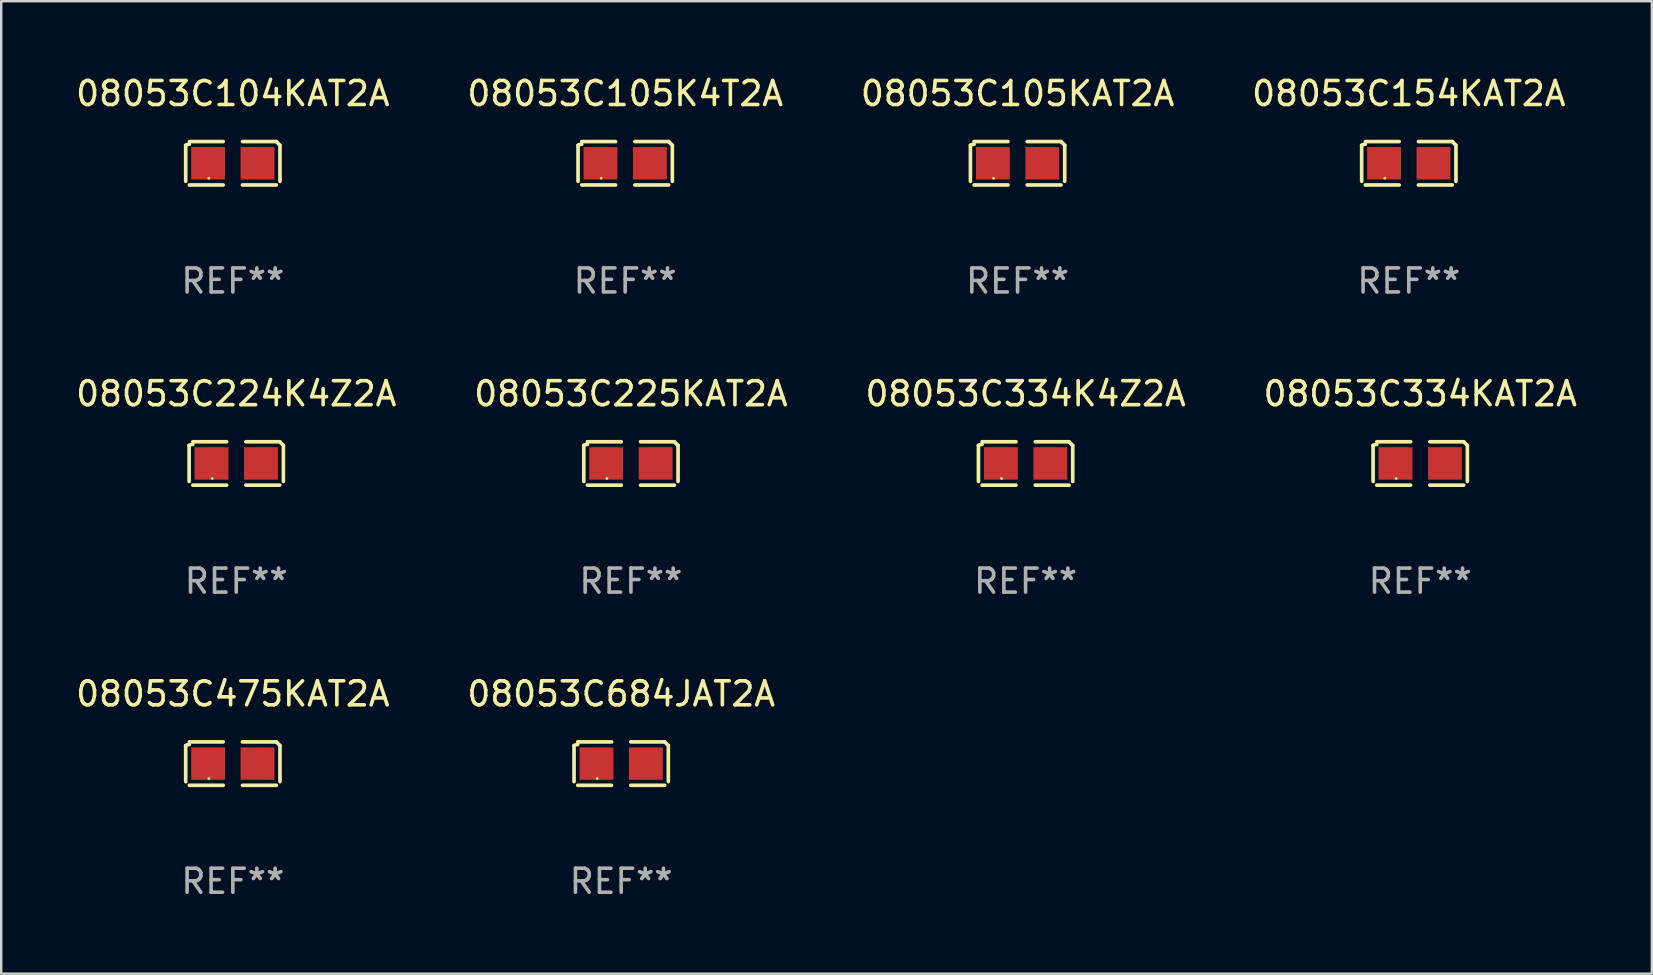
<source format=kicad_pcb>
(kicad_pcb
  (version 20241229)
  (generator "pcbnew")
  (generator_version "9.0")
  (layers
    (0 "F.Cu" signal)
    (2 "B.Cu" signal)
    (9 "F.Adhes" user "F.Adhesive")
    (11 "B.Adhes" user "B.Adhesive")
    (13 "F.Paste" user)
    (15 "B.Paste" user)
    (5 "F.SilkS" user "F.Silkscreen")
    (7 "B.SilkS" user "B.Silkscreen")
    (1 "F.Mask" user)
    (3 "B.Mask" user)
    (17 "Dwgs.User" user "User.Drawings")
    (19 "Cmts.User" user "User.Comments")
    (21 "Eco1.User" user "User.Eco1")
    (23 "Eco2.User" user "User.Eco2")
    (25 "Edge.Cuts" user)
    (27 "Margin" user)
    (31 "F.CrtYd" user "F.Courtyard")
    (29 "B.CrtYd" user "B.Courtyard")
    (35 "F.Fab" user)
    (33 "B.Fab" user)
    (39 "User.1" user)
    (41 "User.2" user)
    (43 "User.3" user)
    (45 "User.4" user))
  (footprint "08053C105K4T2A"
    (layer "F.Cu")
    (at 22.994 3.752)
    (property "Reference" "08053C105K4T2A" (at 0 -2.904 0) (layer "F.SilkS") (effects (font (size 1 1) (thickness 0.15))))
    (attr through_hole)
    (fp_line (start -1.964 0.751) (end -1.964 -0.751) (stroke (width 0.152) (type solid)) (layer "F.SilkS"))
    (fp_line (start -1.811 -0.904) (end -0.401 -0.904) (stroke (width 0.152) (type solid)) (layer "F.SilkS"))
    (fp_line (start -0.401 0.904) (end -1.811 0.904) (stroke (width 0.152) (type solid)) (layer "F.SilkS"))
    (fp_line (start 0.401 0.904) (end 1.811 0.904) (stroke (width 0.152) (type solid)) (layer "F.SilkS"))
    (fp_line (start 1.811 -0.904) (end 0.401 -0.904) (stroke (width 0.152) (type solid)) (layer "F.SilkS"))
    (fp_line (start 1.964 0.751) (end 1.964 -0.751) (stroke (width 0.152) (type solid)) (layer "F.SilkS"))
    (fp_arc (start -1.963602 -0.751207) (mid -1.890354 -0.783131) (end -1.811201 -0.794044) (stroke (width 0.1524) (type solid)) (layer "F.SilkS"))
    (fp_arc (start 1.811202 -0.903607) (mid 1.887413 -0.827418) (end 1.963602 -0.751207) (stroke (width 0.1524) (type solid)) (layer "F.SilkS"))
    (fp_circle (center -1 0.625) (end -0.97 0.625) (stroke (width 0.06) (type solid)) (fill no) (layer "F.SilkS"))
    (fp_text user "REF**" (at 0 4.904 0) (layer "F.Fab") (effects (font (size 1 1) (thickness 0.15))))
    (pad "1" smd rect (at -1.03 0) (size 1.41 1.35) (layers "F.Cu" "F.Mask" "F.Paste"))
    (pad "2" smd rect (at 1.03 0) (size 1.41 1.35) (layers "F.Cu" "F.Mask" "F.Paste")))
  (footprint "08053C334KAT2A"
    (layer "F.Cu")
    (at 56.113 16.256)
    (property "Reference" "08053C334KAT2A" (at 0 -2.904 0) (layer "F.SilkS") (effects (font (size 1 1) (thickness 0.15))))
    (attr through_hole)
    (fp_line (start -1.964 0.751) (end -1.964 -0.751) (stroke (width 0.152) (type solid)) (layer "F.SilkS"))
    (fp_line (start -1.811 -0.904) (end -0.401 -0.904) (stroke (width 0.152) (type solid)) (layer "F.SilkS"))
    (fp_line (start -0.401 0.904) (end -1.811 0.904) (stroke (width 0.152) (type solid)) (layer "F.SilkS"))
    (fp_line (start 0.401 0.904) (end 1.811 0.904) (stroke (width 0.152) (type solid)) (layer "F.SilkS"))
    (fp_line (start 1.811 -0.904) (end 0.401 -0.904) (stroke (width 0.152) (type solid)) (layer "F.SilkS"))
    (fp_line (start 1.964 0.751) (end 1.964 -0.751) (stroke (width 0.152) (type solid)) (layer "F.SilkS"))
    (fp_arc (start -1.963602 -0.751207) (mid -1.890354 -0.783131) (end -1.811201 -0.794044) (stroke (width 0.1524) (type solid)) (layer "F.SilkS"))
    (fp_arc (start 1.811202 -0.903607) (mid 1.887413 -0.827418) (end 1.963602 -0.751207) (stroke (width 0.1524) (type solid)) (layer "F.SilkS"))
    (fp_circle (center -1 0.625) (end -0.97 0.625) (stroke (width 0.06) (type solid)) (fill no) (layer "F.SilkS"))
    (fp_text user "REF**" (at 0 4.904 0) (layer "F.Fab") (effects (font (size 1 1) (thickness 0.15))))
    (pad "1" smd rect (at -1.03 0) (size 1.41 1.35) (layers "F.Cu" "F.Mask" "F.Paste"))
    (pad "2" smd rect (at 1.03 0) (size 1.41 1.35) (layers "F.Cu" "F.Mask" "F.Paste")))
  (footprint "08053C684JAT2A"
    (layer "F.Cu")
    (at 22.827 28.759)
    (property "Reference" "08053C684JAT2A" (at 0 -2.904 0) (layer "F.SilkS") (effects (font (size 1 1) (thickness 0.15))))
    (attr through_hole)
    (fp_line (start -1.964 0.751) (end -1.964 -0.751) (stroke (width 0.152) (type solid)) (layer "F.SilkS"))
    (fp_line (start -1.811 -0.904) (end -0.401 -0.904) (stroke (width 0.152) (type solid)) (layer "F.SilkS"))
    (fp_line (start -0.401 0.904) (end -1.811 0.904) (stroke (width 0.152) (type solid)) (layer "F.SilkS"))
    (fp_line (start 0.401 0.904) (end 1.811 0.904) (stroke (width 0.152) (type solid)) (layer "F.SilkS"))
    (fp_line (start 1.811 -0.904) (end 0.401 -0.904) (stroke (width 0.152) (type solid)) (layer "F.SilkS"))
    (fp_line (start 1.964 0.751) (end 1.964 -0.751) (stroke (width 0.152) (type solid)) (layer "F.SilkS"))
    (fp_arc (start -1.963602 -0.751207) (mid -1.890354 -0.783131) (end -1.811201 -0.794044) (stroke (width 0.1524) (type solid)) (layer "F.SilkS"))
    (fp_arc (start 1.811202 -0.903607) (mid 1.887413 -0.827418) (end 1.963602 -0.751207) (stroke (width 0.1524) (type solid)) (layer "F.SilkS"))
    (fp_circle (center -1 0.625) (end -0.97 0.625) (stroke (width 0.06) (type solid)) (fill no) (layer "F.SilkS"))
    (fp_text user "REF**" (at 0 4.904 0) (layer "F.Fab") (effects (font (size 1 1) (thickness 0.15))))
    (pad "1" smd rect (at -1.03 0) (size 1.41 1.35) (layers "F.Cu" "F.Mask" "F.Paste"))
    (pad "2" smd rect (at 1.03 0) (size 1.41 1.35) (layers "F.Cu" "F.Mask" "F.Paste")))
  (footprint "08053C105KAT2A"
    (layer "F.Cu")
    (at 39.339 3.752)
    (property "Reference" "08053C105KAT2A" (at 0 -2.904 0) (layer "F.SilkS") (effects (font (size 1 1) (thickness 0.15))))
    (attr through_hole)
    (fp_line (start -1.964 0.751) (end -1.964 -0.751) (stroke (width 0.152) (type solid)) (layer "F.SilkS"))
    (fp_line (start -1.811 -0.904) (end -0.401 -0.904) (stroke (width 0.152) (type solid)) (layer "F.SilkS"))
    (fp_line (start -0.401 0.904) (end -1.811 0.904) (stroke (width 0.152) (type solid)) (layer "F.SilkS"))
    (fp_line (start 0.401 0.904) (end 1.811 0.904) (stroke (width 0.152) (type solid)) (layer "F.SilkS"))
    (fp_line (start 1.811 -0.904) (end 0.401 -0.904) (stroke (width 0.152) (type solid)) (layer "F.SilkS"))
    (fp_line (start 1.964 0.751) (end 1.964 -0.751) (stroke (width 0.152) (type solid)) (layer "F.SilkS"))
    (fp_arc (start -1.963602 -0.751207) (mid -1.890354 -0.783131) (end -1.811201 -0.794044) (stroke (width 0.1524) (type solid)) (layer "F.SilkS"))
    (fp_arc (start 1.811202 -0.903607) (mid 1.887413 -0.827418) (end 1.963602 -0.751207) (stroke (width 0.1524) (type solid)) (layer "F.SilkS"))
    (fp_circle (center -1 0.625) (end -0.97 0.625) (stroke (width 0.06) (type solid)) (fill no) (layer "F.SilkS"))
    (fp_text user "REF**" (at 0 4.904 0) (layer "F.Fab") (effects (font (size 1 1) (thickness 0.15))))
    (pad "1" smd rect (at -1.03 0) (size 1.41 1.35) (layers "F.Cu" "F.Mask" "F.Paste"))
    (pad "2" smd rect (at 1.03 0) (size 1.41 1.35) (layers "F.Cu" "F.Mask" "F.Paste")))
  (footprint "08053C334K4Z2A"
    (layer "F.Cu")
    (at 39.673 16.256)
    (property "Reference" "08053C334K4Z2A" (at 0 -2.904 0) (layer "F.SilkS") (effects (font (size 1 1) (thickness 0.15))))
    (attr through_hole)
    (fp_line (start -1.964 0.751) (end -1.964 -0.751) (stroke (width 0.152) (type solid)) (layer "F.SilkS"))
    (fp_line (start -1.811 -0.904) (end -0.401 -0.904) (stroke (width 0.152) (type solid)) (layer "F.SilkS"))
    (fp_line (start -0.401 0.904) (end -1.811 0.904) (stroke (width 0.152) (type solid)) (layer "F.SilkS"))
    (fp_line (start 0.401 0.904) (end 1.811 0.904) (stroke (width 0.152) (type solid)) (layer "F.SilkS"))
    (fp_line (start 1.811 -0.904) (end 0.401 -0.904) (stroke (width 0.152) (type solid)) (layer "F.SilkS"))
    (fp_line (start 1.964 0.751) (end 1.964 -0.751) (stroke (width 0.152) (type solid)) (layer "F.SilkS"))
    (fp_arc (start -1.963602 -0.751207) (mid -1.890354 -0.783131) (end -1.811201 -0.794044) (stroke (width 0.1524) (type solid)) (layer "F.SilkS"))
    (fp_arc (start 1.811202 -0.903607) (mid 1.887413 -0.827418) (end 1.963602 -0.751207) (stroke (width 0.1524) (type solid)) (layer "F.SilkS"))
    (fp_circle (center -1 0.625) (end -0.97 0.625) (stroke (width 0.06) (type solid)) (fill no) (layer "F.SilkS"))
    (fp_text user "REF**" (at 0 4.904 0) (layer "F.Fab") (effects (font (size 1 1) (thickness 0.15))))
    (pad "1" smd rect (at -1.03 0) (size 1.41 1.35) (layers "F.Cu" "F.Mask" "F.Paste"))
    (pad "2" smd rect (at 1.03 0) (size 1.41 1.35) (layers "F.Cu" "F.Mask" "F.Paste")))
  (footprint "08053C104KAT2A"
    (layer "F.Cu")
    (at 6.649 3.752)
    (property "Reference" "08053C104KAT2A" (at 0 -2.904 0) (layer "F.SilkS") (effects (font (size 1 1) (thickness 0.15))))
    (attr through_hole)
    (fp_line (start -1.964 0.751) (end -1.964 -0.751) (stroke (width 0.152) (type solid)) (layer "F.SilkS"))
    (fp_line (start -1.811 -0.904) (end -0.401 -0.904) (stroke (width 0.152) (type solid)) (layer "F.SilkS"))
    (fp_line (start -0.401 0.904) (end -1.811 0.904) (stroke (width 0.152) (type solid)) (layer "F.SilkS"))
    (fp_line (start 0.401 0.904) (end 1.811 0.904) (stroke (width 0.152) (type solid)) (layer "F.SilkS"))
    (fp_line (start 1.811 -0.904) (end 0.401 -0.904) (stroke (width 0.152) (type solid)) (layer "F.SilkS"))
    (fp_line (start 1.964 0.751) (end 1.964 -0.751) (stroke (width 0.152) (type solid)) (layer "F.SilkS"))
    (fp_arc (start -1.963602 -0.751207) (mid -1.890354 -0.783131) (end -1.811201 -0.794044) (stroke (width 0.1524) (type solid)) (layer "F.SilkS"))
    (fp_arc (start 1.811202 -0.903607) (mid 1.887413 -0.827418) (end 1.963602 -0.751207) (stroke (width 0.1524) (type solid)) (layer "F.SilkS"))
    (fp_circle (center -1 0.625) (end -0.97 0.625) (stroke (width 0.06) (type solid)) (fill no) (layer "F.SilkS"))
    (fp_text user "REF**" (at 0 4.904 0) (layer "F.Fab") (effects (font (size 1 1) (thickness 0.15))))
    (pad "1" smd rect (at -1.03 0) (size 1.41 1.35) (layers "F.Cu" "F.Mask" "F.Paste"))
    (pad "2" smd rect (at 1.03 0) (size 1.41 1.35) (layers "F.Cu" "F.Mask" "F.Paste")))
  (footprint "08053C475KAT2A"
    (layer "F.Cu")
    (at 6.649 28.759)
    (property "Reference" "08053C475KAT2A" (at 0 -2.904 0) (layer "F.SilkS") (effects (font (size 1 1) (thickness 0.15))))
    (attr through_hole)
    (fp_line (start -1.964 0.751) (end -1.964 -0.751) (stroke (width 0.152) (type solid)) (layer "F.SilkS"))
    (fp_line (start -1.811 -0.904) (end -0.401 -0.904) (stroke (width 0.152) (type solid)) (layer "F.SilkS"))
    (fp_line (start -0.401 0.904) (end -1.811 0.904) (stroke (width 0.152) (type solid)) (layer "F.SilkS"))
    (fp_line (start 0.401 0.904) (end 1.811 0.904) (stroke (width 0.152) (type solid)) (layer "F.SilkS"))
    (fp_line (start 1.811 -0.904) (end 0.401 -0.904) (stroke (width 0.152) (type solid)) (layer "F.SilkS"))
    (fp_line (start 1.964 0.751) (end 1.964 -0.751) (stroke (width 0.152) (type solid)) (layer "F.SilkS"))
    (fp_arc (start -1.963602 -0.751207) (mid -1.890354 -0.783131) (end -1.811201 -0.794044) (stroke (width 0.1524) (type solid)) (layer "F.SilkS"))
    (fp_arc (start 1.811202 -0.903607) (mid 1.887413 -0.827418) (end 1.963602 -0.751207) (stroke (width 0.1524) (type solid)) (layer "F.SilkS"))
    (fp_circle (center -1 0.625) (end -0.97 0.625) (stroke (width 0.06) (type solid)) (fill no) (layer "F.SilkS"))
    (fp_text user "REF**" (at 0 4.904 0) (layer "F.Fab") (effects (font (size 1 1) (thickness 0.15))))
    (pad "1" smd rect (at -1.03 0) (size 1.41 1.35) (layers "F.Cu" "F.Mask" "F.Paste"))
    (pad "2" smd rect (at 1.03 0) (size 1.41 1.35) (layers "F.Cu" "F.Mask" "F.Paste")))
  (footprint "08053C225KAT2A"
    (layer "F.Cu")
    (at 23.232 16.256)
    (property "Reference" "08053C225KAT2A" (at 0 -2.904 0) (layer "F.SilkS") (effects (font (size 1 1) (thickness 0.15))))
    (attr through_hole)
    (fp_line (start -1.964 0.751) (end -1.964 -0.751) (stroke (width 0.152) (type solid)) (layer "F.SilkS"))
    (fp_line (start -1.811 -0.904) (end -0.401 -0.904) (stroke (width 0.152) (type solid)) (layer "F.SilkS"))
    (fp_line (start -0.401 0.904) (end -1.811 0.904) (stroke (width 0.152) (type solid)) (layer "F.SilkS"))
    (fp_line (start 0.401 0.904) (end 1.811 0.904) (stroke (width 0.152) (type solid)) (layer "F.SilkS"))
    (fp_line (start 1.811 -0.904) (end 0.401 -0.904) (stroke (width 0.152) (type solid)) (layer "F.SilkS"))
    (fp_line (start 1.964 0.751) (end 1.964 -0.751) (stroke (width 0.152) (type solid)) (layer "F.SilkS"))
    (fp_arc (start -1.963602 -0.751207) (mid -1.890354 -0.783131) (end -1.811201 -0.794044) (stroke (width 0.1524) (type solid)) (layer "F.SilkS"))
    (fp_arc (start 1.811202 -0.903607) (mid 1.887413 -0.827418) (end 1.963602 -0.751207) (stroke (width 0.1524) (type solid)) (layer "F.SilkS"))
    (fp_circle (center -1 0.625) (end -0.97 0.625) (stroke (width 0.06) (type solid)) (fill no) (layer "F.SilkS"))
    (fp_text user "REF**" (at 0 4.904 0) (layer "F.Fab") (effects (font (size 1 1) (thickness 0.15))))
    (pad "1" smd rect (at -1.03 0) (size 1.41 1.35) (layers "F.Cu" "F.Mask" "F.Paste"))
    (pad "2" smd rect (at 1.03 0) (size 1.41 1.35) (layers "F.Cu" "F.Mask" "F.Paste")))
  (footprint "08053C224K4Z2A"
    (layer "F.Cu")
    (at 6.792 16.256)
    (property "Reference" "08053C224K4Z2A" (at 0 -2.904 0) (layer "F.SilkS") (effects (font (size 1 1) (thickness 0.15))))
    (attr through_hole)
    (fp_line (start -1.964 0.751) (end -1.964 -0.751) (stroke (width 0.152) (type solid)) (layer "F.SilkS"))
    (fp_line (start -1.811 -0.904) (end -0.401 -0.904) (stroke (width 0.152) (type solid)) (layer "F.SilkS"))
    (fp_line (start -0.401 0.904) (end -1.811 0.904) (stroke (width 0.152) (type solid)) (layer "F.SilkS"))
    (fp_line (start 0.401 0.904) (end 1.811 0.904) (stroke (width 0.152) (type solid)) (layer "F.SilkS"))
    (fp_line (start 1.811 -0.904) (end 0.401 -0.904) (stroke (width 0.152) (type solid)) (layer "F.SilkS"))
    (fp_line (start 1.964 0.751) (end 1.964 -0.751) (stroke (width 0.152) (type solid)) (layer "F.SilkS"))
    (fp_arc (start -1.963602 -0.751207) (mid -1.890354 -0.783131) (end -1.811201 -0.794044) (stroke (width 0.1524) (type solid)) (layer "F.SilkS"))
    (fp_arc (start 1.811202 -0.903607) (mid 1.887413 -0.827418) (end 1.963602 -0.751207) (stroke (width 0.1524) (type solid)) (layer "F.SilkS"))
    (fp_circle (center -1 0.625) (end -0.97 0.625) (stroke (width 0.06) (type solid)) (fill no) (layer "F.SilkS"))
    (fp_text user "REF**" (at 0 4.904 0) (layer "F.Fab") (effects (font (size 1 1) (thickness 0.15))))
    (pad "1" smd rect (at -1.03 0) (size 1.41 1.35) (layers "F.Cu" "F.Mask" "F.Paste"))
    (pad "2" smd rect (at 1.03 0) (size 1.41 1.35) (layers "F.Cu" "F.Mask" "F.Paste")))
  (footprint "08053C154KAT2A"
    (layer "F.Cu")
    (at 55.637 3.752)
    (property "Reference" "08053C154KAT2A" (at 0 -2.904 0) (layer "F.SilkS") (effects (font (size 1 1) (thickness 0.15))))
    (attr through_hole)
    (fp_line (start -1.964 0.751) (end -1.964 -0.751) (stroke (width 0.152) (type solid)) (layer "F.SilkS"))
    (fp_line (start -1.811 -0.904) (end -0.401 -0.904) (stroke (width 0.152) (type solid)) (layer "F.SilkS"))
    (fp_line (start -0.401 0.904) (end -1.811 0.904) (stroke (width 0.152) (type solid)) (layer "F.SilkS"))
    (fp_line (start 0.401 0.904) (end 1.811 0.904) (stroke (width 0.152) (type solid)) (layer "F.SilkS"))
    (fp_line (start 1.811 -0.904) (end 0.401 -0.904) (stroke (width 0.152) (type solid)) (layer "F.SilkS"))
    (fp_line (start 1.964 0.751) (end 1.964 -0.751) (stroke (width 0.152) (type solid)) (layer "F.SilkS"))
    (fp_arc (start -1.963602 -0.751207) (mid -1.890354 -0.783131) (end -1.811201 -0.794044) (stroke (width 0.1524) (type solid)) (layer "F.SilkS"))
    (fp_arc (start 1.811202 -0.903607) (mid 1.887413 -0.827418) (end 1.963602 -0.751207) (stroke (width 0.1524) (type solid)) (layer "F.SilkS"))
    (fp_circle (center -1 0.625) (end -0.97 0.625) (stroke (width 0.06) (type solid)) (fill no) (layer "F.SilkS"))
    (fp_text user "REF**" (at 0 4.904 0) (layer "F.Fab") (effects (font (size 1 1) (thickness 0.15))))
    (pad "1" smd rect (at -1.03 0) (size 1.41 1.35) (layers "F.Cu" "F.Mask" "F.Paste"))
    (pad "2" smd rect (at 1.03 0) (size 1.41 1.35) (layers "F.Cu" "F.Mask" "F.Paste")))
  (gr_rect
    (start -3 -3)
    (end 65.762 37.511)
    (stroke (width 0.1) (type default))
    (fill no)
    (layer "Edge.Cuts")))
</source>
